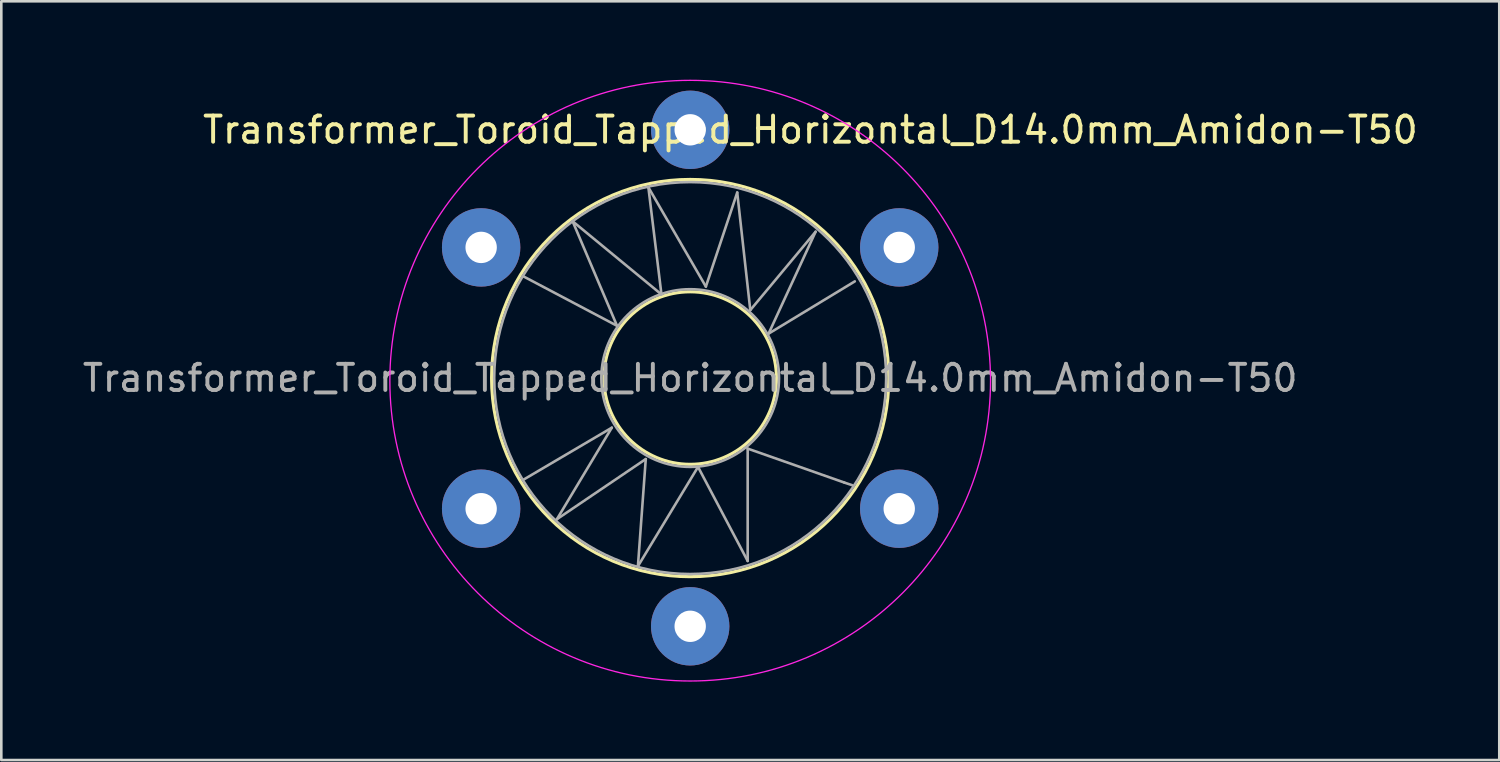
<source format=kicad_pcb>
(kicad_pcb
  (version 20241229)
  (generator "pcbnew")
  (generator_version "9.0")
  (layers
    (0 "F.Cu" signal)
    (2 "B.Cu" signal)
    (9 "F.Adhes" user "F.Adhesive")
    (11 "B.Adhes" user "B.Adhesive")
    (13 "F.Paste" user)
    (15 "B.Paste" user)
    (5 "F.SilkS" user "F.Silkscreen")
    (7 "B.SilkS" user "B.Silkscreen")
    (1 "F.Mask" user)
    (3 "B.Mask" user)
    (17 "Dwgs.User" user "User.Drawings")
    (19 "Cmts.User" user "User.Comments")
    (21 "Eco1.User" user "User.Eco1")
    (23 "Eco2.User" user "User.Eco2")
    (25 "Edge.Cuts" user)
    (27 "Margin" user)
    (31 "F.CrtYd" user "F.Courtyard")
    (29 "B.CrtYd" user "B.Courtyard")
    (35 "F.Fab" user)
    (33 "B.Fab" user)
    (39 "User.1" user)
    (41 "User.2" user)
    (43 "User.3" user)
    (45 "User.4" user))
  (footprint "Transformer_Toroid_Tapped_Horizontal_D14.0mm_Amidon-T50"
    (layer "F.Cu")
    (at 15.363 16.418)
    (property "Reference" "Transformer_Toroid_Tapped_Horizontal_D14.0mm_Amidon-T50" (at 12.6 -14.5 0) (layer "F.SilkS") (effects (font (size 1 1) (thickness 0.15))))
    (attr through_hole)
    (fp_circle (center 8 -5) (end 11.3 -5.1) (stroke (width 0.12) (type solid)) (fill no) (layer "F.SilkS"))
    (fp_circle (center 8 -5) (end 15.6 -5.1) (stroke (width 0.12) (type solid)) (fill no) (layer "F.SilkS"))
    (fp_circle (center 8 -4.9) (end 18.3 0.2) (stroke (width 0.05) (type solid)) (fill no) (layer "F.CrtYd"))
    (fp_line (start 1.6 -8.9) (end 5.2 -7) (stroke (width 0.1) (type solid)) (layer "F.Fab"))
    (fp_line (start 1.6 -1.1) (end 5 -3.1) (stroke (width 0.1) (type solid)) (layer "F.Fab"))
    (fp_line (start 2.9 0.4) (end 6.3 -1.9) (stroke (width 0.1) (type solid)) (layer "F.Fab"))
    (fp_line (start 3.5 -11) (end 6.9 -8.2) (stroke (width 0.1) (type solid)) (layer "F.Fab"))
    (fp_line (start 5 -3.1) (end 2.9 0.4) (stroke (width 0.1) (type solid)) (layer "F.Fab"))
    (fp_line (start 5.2 -7) (end 3.5 -11) (stroke (width 0.1) (type solid)) (layer "F.Fab"))
    (fp_line (start 6 2.2) (end 8.3 -1.6) (stroke (width 0.1) (type solid)) (layer "F.Fab"))
    (fp_line (start 6.3 -1.9) (end 6 2.2) (stroke (width 0.1) (type solid)) (layer "F.Fab"))
    (fp_line (start 6.4 -12.3) (end 8.6 -8.5) (stroke (width 0.1) (type solid)) (layer "F.Fab"))
    (fp_line (start 6.9 -8.2) (end 6.4 -12.3) (stroke (width 0.1) (type solid)) (layer "F.Fab"))
    (fp_line (start 8.3 -1.6) (end 10.2 2) (stroke (width 0.1) (type solid)) (layer "F.Fab"))
    (fp_line (start 8.6 -8.5) (end 9.8 -12.1) (stroke (width 0.1) (type solid)) (layer "F.Fab"))
    (fp_line (start 9.8 -12.1) (end 10.3 -7.6) (stroke (width 0.1) (type solid)) (layer "F.Fab"))
    (fp_line (start 10.2 -2.3) (end 13.9 -1) (stroke (width 0.1) (type solid)) (layer "F.Fab"))
    (fp_line (start 10.2 2) (end 10.2 -2.3) (stroke (width 0.1) (type solid)) (layer "F.Fab"))
    (fp_line (start 10.3 -7.6) (end 12.8 -10.6) (stroke (width 0.1) (type solid)) (layer "F.Fab"))
    (fp_line (start 11 -6.7) (end 14.3 -8.7) (stroke (width 0.1) (type solid)) (layer "F.Fab"))
    (fp_line (start 12.8 -10.6) (end 11 -6.7) (stroke (width 0.1) (type solid)) (layer "F.Fab"))
    (fp_line (start 13.9 -1) (end 14.2 -0.9) (stroke (width 0.1) (type solid)) (layer "F.Fab"))
    (fp_circle (center 8 -5) (end 11.4 -5) (stroke (width 0.1) (type solid)) (fill no) (layer "F.Fab"))
    (fp_circle (center 8 -5) (end 15.5 -5) (stroke (width 0.1) (type solid)) (fill no) (layer "F.Fab"))
    (fp_text user "${REFERENCE}" (at 8 -5 0) (layer "F.Fab") (effects (font (size 1 1) (thickness 0.15))))
    (pad "1" thru_hole circle (at 0 0) (size 3 3) (drill 1.2) (layers "*.Cu" "*.Mask"))
    (pad "2" thru_hole circle (at 8 4.5) (size 3 3) (drill 1.2) (layers "*.Cu" "*.Mask"))
    (pad "3" thru_hole circle (at 16 0) (size 3 3) (drill 1.2) (layers "*.Cu" "*.Mask"))
    (pad "4" thru_hole circle (at 0 -10) (size 3 3) (drill 1.2) (layers "*.Cu" "*.Mask"))
    (pad "5" thru_hole circle (at 8 -14.5) (size 3 3) (drill 1.2) (layers "*.Cu" "*.Mask"))
    (pad "6" thru_hole circle (at 16 -10) (size 3 3) (drill 1.2) (layers "*.Cu" "*.Mask")))
  (gr_rect
    (start -3 -3)
    (end 54.326 26.037)
    (stroke (width 0.1) (type default))
    (fill no)
    (layer "Edge.Cuts")))
</source>
